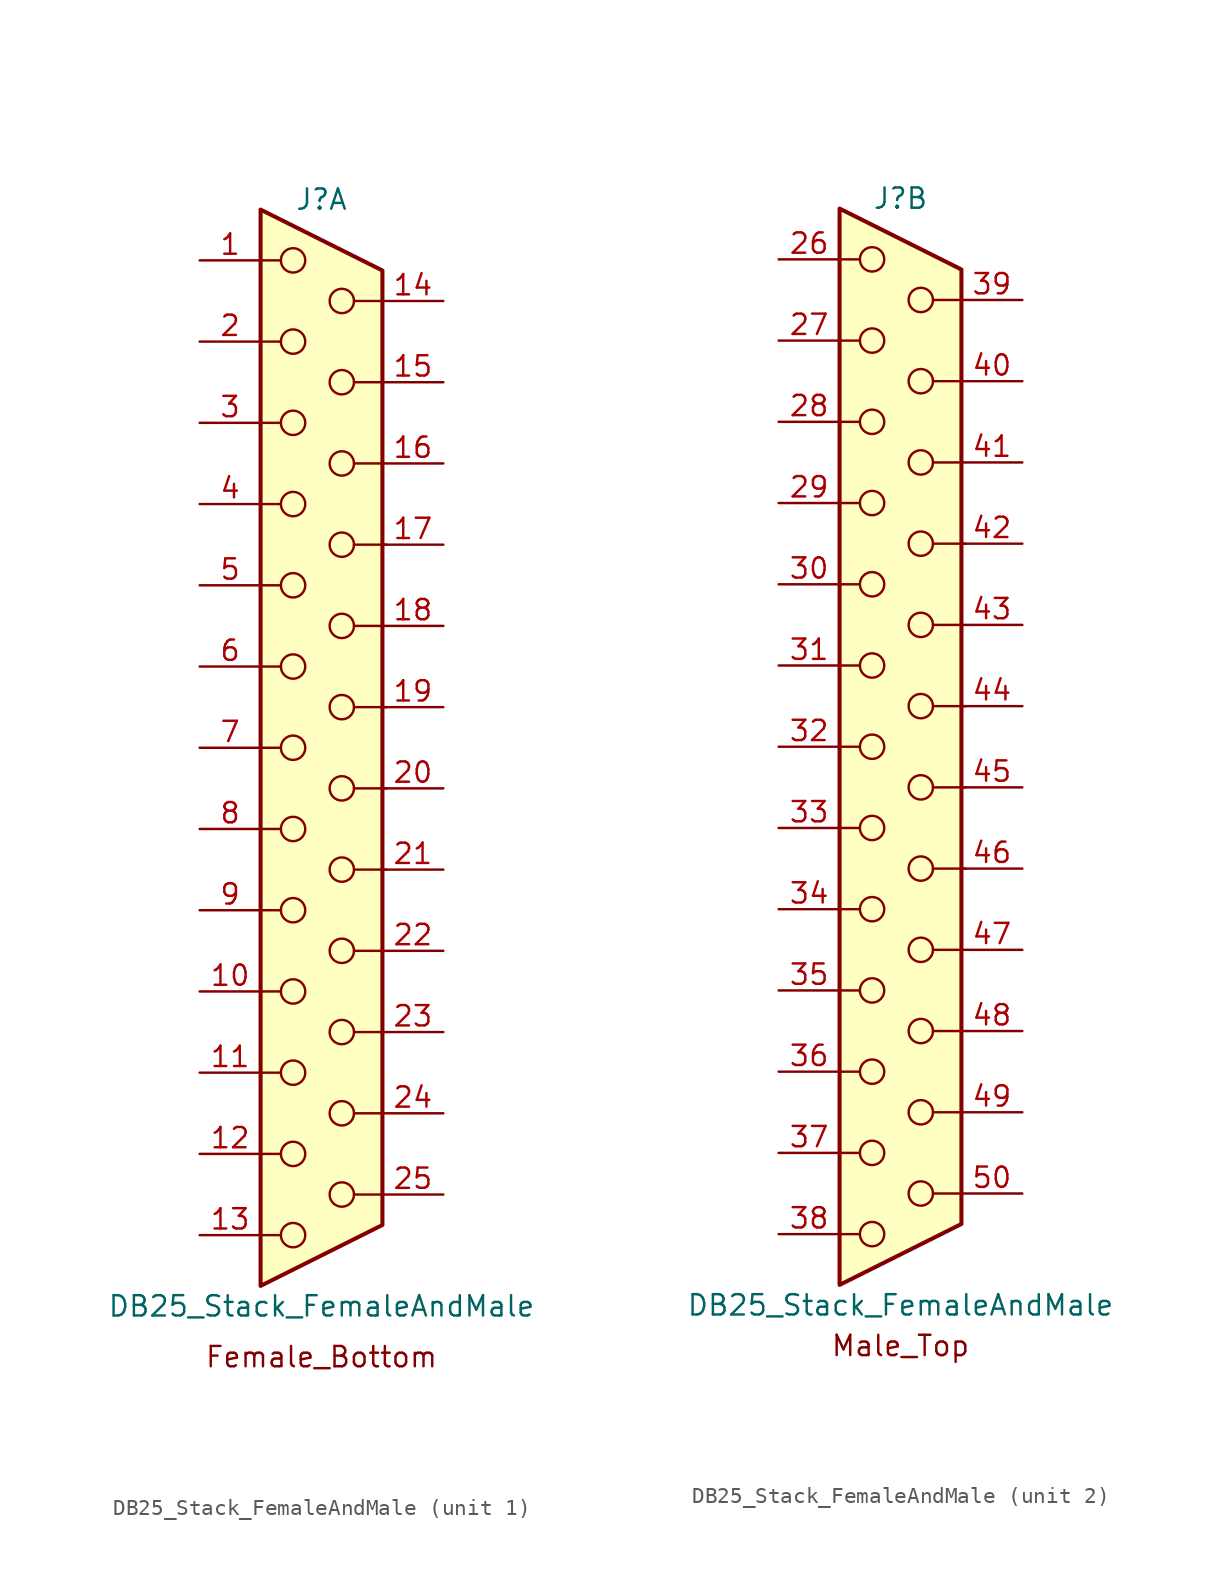
<source format=kicad_sym>
(kicad_symbol_lib
  (version 20220914)
  (generator kicad_symbol_editor)
  (symbol "DB25_Stack_FemaleAndMale"
    (pin_names
      (offset 1.016) hide)
    (property "Reference" "J"
      (at 0 34.29 0)
      (effects (font (size 1.27 1.27))))
    (property "Value" "DB25_Stack_FemaleAndMale"
      (at 0 -34.925 0)
      (effects (font (size 1.27 1.27))))
    (symbol "DB25_Stack_FemaleAndMale_0_1"
      (circle (center -1.778 -30.48) (radius 0.762) (stroke (width 0) (type solid)) (fill (type none)))
      (circle (center -1.778 -25.4) (radius 0.762) (stroke (width 0) (type solid)) (fill (type none)))
      (circle (center -1.778 -20.32) (radius 0.762) (stroke (width 0) (type solid)) (fill (type none)))
      (circle (center -1.778 -15.24) (radius 0.762) (stroke (width 0) (type solid)) (fill (type none)))
      (circle (center -1.778 -10.16) (radius 0.762) (stroke (width 0) (type solid)) (fill (type none)))
      (circle (center -1.778 -5.08) (radius 0.762) (stroke (width 0) (type solid)) (fill (type none)))
      (circle (center -1.778 0) (radius 0.762) (stroke (width 0) (type solid)) (fill (type none)))
      (circle (center -1.778 5.08) (radius 0.762) (stroke (width 0) (type solid)) (fill (type none)))
      (circle (center -1.778 10.16) (radius 0.762) (stroke (width 0) (type solid)) (fill (type none)))
      (circle (center -1.778 15.24) (radius 0.762) (stroke (width 0) (type solid)) (fill (type none)))
      (circle (center -1.778 20.32) (radius 0.762) (stroke (width 0) (type solid)) (fill (type none)))
      (circle (center -1.778 25.4) (radius 0.762) (stroke (width 0) (type solid)) (fill (type none)))
      (circle (center -1.778 30.48) (radius 0.762) (stroke (width 0) (type solid)) (fill (type none)))
      (polyline (pts (xy -3.81 -30.48) (xy -2.54 -30.48)) (stroke (width 0) (type solid)) (fill (type none)))
      (polyline (pts (xy -3.81 -25.4) (xy -2.54 -25.4)) (stroke (width 0) (type solid)) (fill (type none)))
      (polyline (pts (xy -3.81 -20.32) (xy -2.54 -20.32)) (stroke (width 0) (type solid)) (fill (type none)))
      (polyline (pts (xy -3.81 -15.24) (xy -2.54 -15.24)) (stroke (width 0) (type solid)) (fill (type none)))
      (polyline (pts (xy -3.81 -10.16) (xy -2.54 -10.16)) (stroke (width 0) (type solid)) (fill (type none)))
      (polyline (pts (xy -3.81 -5.08) (xy -2.54 -5.08)) (stroke (width 0) (type solid)) (fill (type none)))
      (polyline (pts (xy -3.81 0) (xy -2.54 0)) (stroke (width 0) (type solid)) (fill (type none)))
      (polyline (pts (xy -3.81 5.08) (xy -2.54 5.08)) (stroke (width 0) (type solid)) (fill (type none)))
      (polyline (pts (xy -3.81 10.16) (xy -2.54 10.16)) (stroke (width 0) (type solid)) (fill (type none)))
      (polyline (pts (xy -3.81 15.24) (xy -2.54 15.24)) (stroke (width 0) (type solid)) (fill (type none)))
      (polyline (pts (xy -3.81 20.32) (xy -2.54 20.32)) (stroke (width 0) (type solid)) (fill (type none)))
      (polyline (pts (xy -3.81 25.4) (xy -2.54 25.4)) (stroke (width 0) (type solid)) (fill (type none)))
      (polyline (pts (xy -3.81 30.48) (xy -2.54 30.48)) (stroke (width 0) (type solid)) (fill (type none)))
      (polyline (pts (xy 2.032 -17.78) (xy 3.81 -17.78)) (stroke (width 0) (type solid)) (fill (type none)))
      (polyline (pts (xy 2.032 -12.7) (xy 3.81 -12.7)) (stroke (width 0) (type solid)) (fill (type none)))
      (polyline (pts (xy 2.032 -2.54) (xy 4.064 -2.54)) (stroke (width 0) (type solid)) (fill (type none)))
      (polyline (pts (xy 2.032 7.62) (xy 3.81 7.62)) (stroke (width 0) (type solid)) (fill (type none)))
      (polyline (pts (xy 2.032 12.7) (xy 4.064 12.7)) (stroke (width 0) (type solid)) (fill (type none)))
      (polyline (pts (xy 2.032 17.78) (xy 3.81 17.78)) (stroke (width 0) (type solid)) (fill (type none)))
      (polyline (pts (xy 2.032 22.86) (xy 3.81 22.86)) (stroke (width 0) (type solid)) (fill (type none)))
      (polyline (pts (xy 2.032 27.94) (xy 3.81 27.94)) (stroke (width 0) (type solid)) (fill (type none)))
      (polyline (pts (xy 3.81 -27.94) (xy 2.032 -27.94)) (stroke (width 0) (type solid)) (fill (type none)))
      (polyline (pts (xy 3.81 -22.86) (xy 2.032 -22.86)) (stroke (width 0) (type solid)) (fill (type none)))
      (polyline (pts (xy 4.064 -7.62) (xy 2.032 -7.62)) (stroke (width 0) (type solid)) (fill (type none)))
      (polyline (pts (xy 4.064 2.54) (xy 2.032 2.54)) (stroke (width 0) (type solid)) (fill (type none)))
      (polyline (pts (xy -3.81 33.655) (xy 3.81 29.845) (xy 3.81 -29.845) (xy -3.81 -33.655) (xy -3.81 33.655)) (stroke (width 0.254) (type solid)) (fill (type background)))
      (circle (center 1.27 -27.94) (radius 0.762) (stroke (width 0) (type solid)) (fill (type none)))
      (circle (center 1.27 -22.86) (radius 0.762) (stroke (width 0) (type solid)) (fill (type none)))
      (circle (center 1.27 -17.78) (radius 0.762) (stroke (width 0) (type solid)) (fill (type none)))
      (circle (center 1.27 -12.7) (radius 0.762) (stroke (width 0) (type solid)) (fill (type none)))
      (circle (center 1.27 -7.62) (radius 0.762) (stroke (width 0) (type solid)) (fill (type none)))
      (circle (center 1.27 -2.54) (radius 0.762) (stroke (width 0) (type solid)) (fill (type none)))
      (circle (center 1.27 2.54) (radius 0.762) (stroke (width 0) (type solid)) (fill (type none)))
      (circle (center 1.27 7.62) (radius 0.762) (stroke (width 0) (type solid)) (fill (type none)))
      (circle (center 1.27 12.7) (radius 0.762) (stroke (width 0) (type solid)) (fill (type none)))
      (circle (center 1.27 17.78) (radius 0.762) (stroke (width 0) (type solid)) (fill (type none)))
      (circle (center 1.27 22.86) (radius 0.762) (stroke (width 0) (type solid)) (fill (type none)))
      (circle (center 1.27 27.94) (radius 0.762) (stroke (width 0) (type solid)) (fill (type none))))
    (symbol "DB25_Stack_FemaleAndMale_1_0"
      (text "Female_Bottom" (at 0 -38.1 0) (effects (font (size 1.27 1.27)))))
    (symbol "DB25_Stack_FemaleAndMale_1_1"
      (pin passive line (at -7.62 30.48 0) (length 3.81) (name "1" (effects (font (size 1.27 1.27)))) (number "1" (effects (font (size 1.27 1.27)))))
      (pin passive line (at -7.62 -15.24 0) (length 3.81) (name "10" (effects (font (size 1.27 1.27)))) (number "10" (effects (font (size 1.27 1.27)))))
      (pin passive line (at -7.62 -20.32 0) (length 3.81) (name "11" (effects (font (size 1.27 1.27)))) (number "11" (effects (font (size 1.27 1.27)))))
      (pin passive line (at -7.62 -25.4 0) (length 3.81) (name "12" (effects (font (size 1.27 1.27)))) (number "12" (effects (font (size 1.27 1.27)))))
      (pin passive line (at -7.62 -30.48 0) (length 3.81) (name "13" (effects (font (size 1.27 1.27)))) (number "13" (effects (font (size 1.27 1.27)))))
      (pin passive line (at 7.62 27.94 180) (length 3.81) (name "P14" (effects (font (size 1.27 1.27)))) (number "14" (effects (font (size 1.27 1.27)))))
      (pin passive line (at 7.62 22.86 180) (length 3.81) (name "P15" (effects (font (size 1.27 1.27)))) (number "15" (effects (font (size 1.27 1.27)))))
      (pin passive line (at 7.62 17.78 180) (length 3.81) (name "P16" (effects (font (size 1.27 1.27)))) (number "16" (effects (font (size 1.27 1.27)))))
      (pin passive line (at 7.62 12.7 180) (length 3.81) (name "P17" (effects (font (size 1.27 1.27)))) (number "17" (effects (font (size 1.27 1.27)))))
      (pin passive line (at 7.62 7.62 180) (length 3.81) (name "P18" (effects (font (size 1.27 1.27)))) (number "18" (effects (font (size 1.27 1.27)))))
      (pin passive line (at 7.62 2.54 180) (length 3.81) (name "P19" (effects (font (size 1.27 1.27)))) (number "19" (effects (font (size 1.27 1.27)))))
      (pin passive line (at -7.62 25.4 0) (length 3.81) (name "2" (effects (font (size 1.27 1.27)))) (number "2" (effects (font (size 1.27 1.27)))))
      (pin passive line (at 7.62 -2.54 180) (length 3.81) (name "P20" (effects (font (size 1.27 1.27)))) (number "20" (effects (font (size 1.27 1.27)))))
      (pin passive line (at 7.62 -7.62 180) (length 3.81) (name "P21" (effects (font (size 1.27 1.27)))) (number "21" (effects (font (size 1.27 1.27)))))
      (pin passive line (at 7.62 -12.7 180) (length 3.81) (name "P22" (effects (font (size 1.27 1.27)))) (number "22" (effects (font (size 1.27 1.27)))))
      (pin passive line (at 7.62 -17.78 180) (length 3.81) (name "P23" (effects (font (size 1.27 1.27)))) (number "23" (effects (font (size 1.27 1.27)))))
      (pin passive line (at 7.62 -22.86 180) (length 3.81) (name "P24" (effects (font (size 1.27 1.27)))) (number "24" (effects (font (size 1.27 1.27)))))
      (pin passive line (at 7.62 -27.94 180) (length 3.81) (name "P25" (effects (font (size 1.27 1.27)))) (number "25" (effects (font (size 1.27 1.27)))))
      (pin passive line (at -7.62 20.32 0) (length 3.81) (name "3" (effects (font (size 1.27 1.27)))) (number "3" (effects (font (size 1.27 1.27)))))
      (pin passive line (at -7.62 15.24 0) (length 3.81) (name "4" (effects (font (size 1.27 1.27)))) (number "4" (effects (font (size 1.27 1.27)))))
      (pin passive line (at -7.62 10.16 0) (length 3.81) (name "5" (effects (font (size 1.27 1.27)))) (number "5" (effects (font (size 1.27 1.27)))))
      (pin passive line (at -7.62 5.08 0) (length 3.81) (name "6" (effects (font (size 1.27 1.27)))) (number "6" (effects (font (size 1.27 1.27)))))
      (pin passive line (at -7.62 0 0) (length 3.81) (name "7" (effects (font (size 1.27 1.27)))) (number "7" (effects (font (size 1.27 1.27)))))
      (pin passive line (at -7.62 -5.08 0) (length 3.81) (name "8" (effects (font (size 1.27 1.27)))) (number "8" (effects (font (size 1.27 1.27)))))
      (pin passive line (at -7.62 -10.16 0) (length 3.81) (name "9" (effects (font (size 1.27 1.27)))) (number "9" (effects (font (size 1.27 1.27))))))
    (symbol "DB25_Stack_FemaleAndMale_2_0"
      (text "Male_Top" (at 0 -37.465 0) (effects (font (size 1.27 1.27)))))
    (symbol "DB25_Stack_FemaleAndMale_2_1"
      (pin passive line (at -7.62 30.48 0) (length 3.81) (name "26" (effects (font (size 1.27 1.27)))) (number "26" (effects (font (size 1.27 1.27)))))
      (pin passive line (at -7.62 25.4 0) (length 3.81) (name "27" (effects (font (size 1.27 1.27)))) (number "27" (effects (font (size 1.27 1.27)))))
      (pin passive line (at -7.62 20.32 0) (length 3.81) (name "28" (effects (font (size 1.27 1.27)))) (number "28" (effects (font (size 1.27 1.27)))))
      (pin passive line (at -7.62 15.24 0) (length 3.81) (name "29" (effects (font (size 1.27 1.27)))) (number "29" (effects (font (size 1.27 1.27)))))
      (pin passive line (at -7.62 10.16 0) (length 3.81) (name "30" (effects (font (size 1.27 1.27)))) (number "30" (effects (font (size 1.27 1.27)))))
      (pin passive line (at -7.62 5.08 0) (length 3.81) (name "31" (effects (font (size 1.27 1.27)))) (number "31" (effects (font (size 1.27 1.27)))))
      (pin passive line (at -7.62 0 0) (length 3.81) (name "32" (effects (font (size 1.27 1.27)))) (number "32" (effects (font (size 1.27 1.27)))))
      (pin passive line (at -7.62 -5.08 0) (length 3.81) (name "33" (effects (font (size 1.27 1.27)))) (number "33" (effects (font (size 1.27 1.27)))))
      (pin passive line (at -7.62 -10.16 0) (length 3.81) (name "34" (effects (font (size 1.27 1.27)))) (number "34" (effects (font (size 1.27 1.27)))))
      (pin passive line (at -7.62 -15.24 0) (length 3.81) (name "35" (effects (font (size 1.27 1.27)))) (number "35" (effects (font (size 1.27 1.27)))))
      (pin passive line (at -7.62 -20.32 0) (length 3.81) (name "36" (effects (font (size 1.27 1.27)))) (number "36" (effects (font (size 1.27 1.27)))))
      (pin passive line (at -7.62 -25.4 0) (length 3.81) (name "37" (effects (font (size 1.27 1.27)))) (number "37" (effects (font (size 1.27 1.27)))))
      (pin passive line (at -7.62 -30.48 0) (length 3.81) (name "38" (effects (font (size 1.27 1.27)))) (number "38" (effects (font (size 1.27 1.27)))))
      (pin passive line (at 7.62 27.94 180) (length 3.81) (name "39" (effects (font (size 1.27 1.27)))) (number "39" (effects (font (size 1.27 1.27)))))
      (pin passive line (at 7.62 22.86 180) (length 3.81) (name "40" (effects (font (size 1.27 1.27)))) (number "40" (effects (font (size 1.27 1.27)))))
      (pin passive line (at 7.62 17.78 180) (length 3.81) (name "41" (effects (font (size 1.27 1.27)))) (number "41" (effects (font (size 1.27 1.27)))))
      (pin passive line (at 7.62 12.7 180) (length 3.81) (name "42" (effects (font (size 1.27 1.27)))) (number "42" (effects (font (size 1.27 1.27)))))
      (pin passive line (at 7.62 7.62 180) (length 3.81) (name "43" (effects (font (size 1.27 1.27)))) (number "43" (effects (font (size 1.27 1.27)))))
      (pin passive line (at 7.62 2.54 180) (length 3.81) (name "44" (effects (font (size 1.27 1.27)))) (number "44" (effects (font (size 1.27 1.27)))))
      (pin passive line (at 7.62 -2.54 180) (length 3.81) (name "45" (effects (font (size 1.27 1.27)))) (number "45" (effects (font (size 1.27 1.27)))))
      (pin passive line (at 7.62 -7.62 180) (length 3.81) (name "46" (effects (font (size 1.27 1.27)))) (number "46" (effects (font (size 1.27 1.27)))))
      (pin passive line (at 7.62 -12.7 180) (length 3.81) (name "47" (effects (font (size 1.27 1.27)))) (number "47" (effects (font (size 1.27 1.27)))))
      (pin passive line (at 7.62 -17.78 180) (length 3.81) (name "48" (effects (font (size 1.27 1.27)))) (number "48" (effects (font (size 1.27 1.27)))))
      (pin passive line (at 7.62 -22.86 180) (length 3.81) (name "49" (effects (font (size 1.27 1.27)))) (number "49" (effects (font (size 1.27 1.27)))))
      (pin passive line (at 7.62 -27.94 180) (length 3.81) (name "50" (effects (font (size 1.27 1.27)))) (number "50" (effects (font (size 1.27 1.27))))))))
</source>
